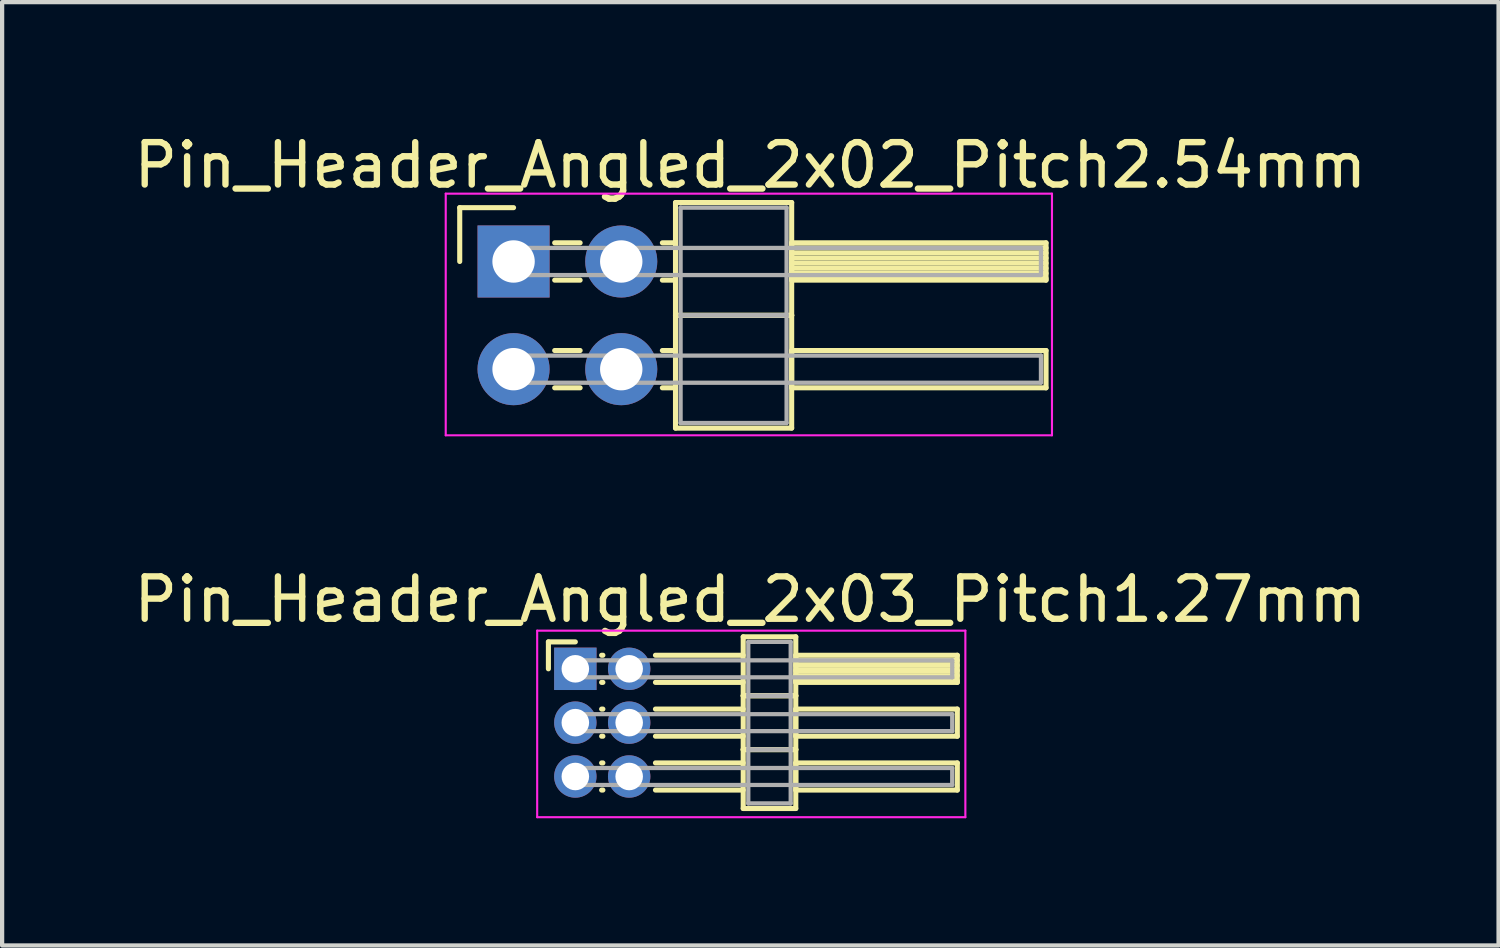
<source format=kicad_pcb>
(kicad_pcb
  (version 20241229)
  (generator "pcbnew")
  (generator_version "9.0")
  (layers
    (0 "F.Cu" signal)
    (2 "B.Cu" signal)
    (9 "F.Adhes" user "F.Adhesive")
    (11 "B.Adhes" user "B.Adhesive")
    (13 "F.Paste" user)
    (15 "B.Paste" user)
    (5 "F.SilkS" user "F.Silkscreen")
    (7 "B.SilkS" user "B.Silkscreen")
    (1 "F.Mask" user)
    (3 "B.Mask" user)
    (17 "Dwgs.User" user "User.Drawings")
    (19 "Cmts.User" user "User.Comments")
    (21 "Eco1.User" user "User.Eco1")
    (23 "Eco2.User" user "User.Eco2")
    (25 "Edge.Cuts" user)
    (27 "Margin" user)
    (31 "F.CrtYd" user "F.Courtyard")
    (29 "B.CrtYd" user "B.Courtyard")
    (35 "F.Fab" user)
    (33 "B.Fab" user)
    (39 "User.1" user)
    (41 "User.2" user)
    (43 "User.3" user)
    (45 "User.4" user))
  (footprint "Pin_Header_Angled_2x03_Pitch1.27mm"
    (layer "F.Cu")
    (at 10.521 12.726)
    (property "Reference" "Pin_Header_Angled_2x03_Pitch1.27mm" (at 4.128 -1.635 0) (layer "F.SilkS") (effects (font (size 1 1) (thickness 0.15))))
    (attr through_hole)
    (fp_line (start -0.635 -0.635) (end 0 -0.635) (stroke (width 0.12) (type solid)) (layer "F.SilkS"))
    (fp_line (start -0.635 0) (end -0.635 -0.635) (stroke (width 0.12) (type solid)) (layer "F.SilkS"))
    (fp_line (start 0.62 -0.32) (end 0.65 -0.32) (stroke (width 0.12) (type solid)) (layer "F.SilkS"))
    (fp_line (start 0.62 0.32) (end 0.65 0.32) (stroke (width 0.12) (type solid)) (layer "F.SilkS"))
    (fp_line (start 0.62 0.95) (end 0.65 0.95) (stroke (width 0.12) (type solid)) (layer "F.SilkS"))
    (fp_line (start 0.62 1.59) (end 0.65 1.59) (stroke (width 0.12) (type solid)) (layer "F.SilkS"))
    (fp_line (start 0.62 2.22) (end 0.65 2.22) (stroke (width 0.12) (type solid)) (layer "F.SilkS"))
    (fp_line (start 0.62 2.86) (end 0.65 2.86) (stroke (width 0.12) (type solid)) (layer "F.SilkS"))
    (fp_line (start 1.89 -0.32) (end 3.96 -0.32) (stroke (width 0.12) (type solid)) (layer "F.SilkS"))
    (fp_line (start 1.89 0.32) (end 3.96 0.32) (stroke (width 0.12) (type solid)) (layer "F.SilkS"))
    (fp_line (start 1.89 0.95) (end 3.96 0.95) (stroke (width 0.12) (type solid)) (layer "F.SilkS"))
    (fp_line (start 1.89 1.59) (end 3.96 1.59) (stroke (width 0.12) (type solid)) (layer "F.SilkS"))
    (fp_line (start 1.89 2.22) (end 3.96 2.22) (stroke (width 0.12) (type solid)) (layer "F.SilkS"))
    (fp_line (start 1.89 2.86) (end 3.96 2.86) (stroke (width 0.12) (type solid)) (layer "F.SilkS"))
    (fp_line (start 3.96 -0.755) (end 3.96 0.635) (stroke (width 0.12) (type solid)) (layer "F.SilkS"))
    (fp_line (start 3.96 0.635) (end 3.96 1.905) (stroke (width 0.12) (type solid)) (layer "F.SilkS"))
    (fp_line (start 3.96 0.635) (end 5.2 0.635) (stroke (width 0.12) (type solid)) (layer "F.SilkS"))
    (fp_line (start 3.96 1.905) (end 3.96 3.295) (stroke (width 0.12) (type solid)) (layer "F.SilkS"))
    (fp_line (start 3.96 1.905) (end 5.2 1.905) (stroke (width 0.12) (type solid)) (layer "F.SilkS"))
    (fp_line (start 3.96 3.295) (end 5.2 3.295) (stroke (width 0.12) (type solid)) (layer "F.SilkS"))
    (fp_line (start 5.2 -0.755) (end 3.96 -0.755) (stroke (width 0.12) (type solid)) (layer "F.SilkS"))
    (fp_line (start 5.2 -0.32) (end 5.2 0.32) (stroke (width 0.12) (type solid)) (layer "F.SilkS"))
    (fp_line (start 5.2 -0.2) (end 9.01 -0.2) (stroke (width 0.12) (type solid)) (layer "F.SilkS"))
    (fp_line (start 5.2 -0.08) (end 9.01 -0.08) (stroke (width 0.12) (type solid)) (layer "F.SilkS"))
    (fp_line (start 5.2 0.04) (end 9.01 0.04) (stroke (width 0.12) (type solid)) (layer "F.SilkS"))
    (fp_line (start 5.2 0.16) (end 9.01 0.16) (stroke (width 0.12) (type solid)) (layer "F.SilkS"))
    (fp_line (start 5.2 0.28) (end 9.01 0.28) (stroke (width 0.12) (type solid)) (layer "F.SilkS"))
    (fp_line (start 5.2 0.32) (end 9.01 0.32) (stroke (width 0.12) (type solid)) (layer "F.SilkS"))
    (fp_line (start 5.2 0.635) (end 3.96 0.635) (stroke (width 0.12) (type solid)) (layer "F.SilkS"))
    (fp_line (start 5.2 0.635) (end 5.2 -0.755) (stroke (width 0.12) (type solid)) (layer "F.SilkS"))
    (fp_line (start 5.2 0.95) (end 5.2 1.59) (stroke (width 0.12) (type solid)) (layer "F.SilkS"))
    (fp_line (start 5.2 1.59) (end 9.01 1.59) (stroke (width 0.12) (type solid)) (layer "F.SilkS"))
    (fp_line (start 5.2 1.905) (end 3.96 1.905) (stroke (width 0.12) (type solid)) (layer "F.SilkS"))
    (fp_line (start 5.2 1.905) (end 5.2 0.635) (stroke (width 0.12) (type solid)) (layer "F.SilkS"))
    (fp_line (start 5.2 2.22) (end 5.2 2.86) (stroke (width 0.12) (type solid)) (layer "F.SilkS"))
    (fp_line (start 5.2 2.86) (end 9.01 2.86) (stroke (width 0.12) (type solid)) (layer "F.SilkS"))
    (fp_line (start 5.2 3.295) (end 5.2 1.905) (stroke (width 0.12) (type solid)) (layer "F.SilkS"))
    (fp_line (start 9.01 -0.32) (end 5.2 -0.32) (stroke (width 0.12) (type solid)) (layer "F.SilkS"))
    (fp_line (start 9.01 0.32) (end 9.01 -0.32) (stroke (width 0.12) (type solid)) (layer "F.SilkS"))
    (fp_line (start 9.01 0.95) (end 5.2 0.95) (stroke (width 0.12) (type solid)) (layer "F.SilkS"))
    (fp_line (start 9.01 1.59) (end 9.01 0.95) (stroke (width 0.12) (type solid)) (layer "F.SilkS"))
    (fp_line (start 9.01 2.22) (end 5.2 2.22) (stroke (width 0.12) (type solid)) (layer "F.SilkS"))
    (fp_line (start 9.01 2.86) (end 9.01 2.22) (stroke (width 0.12) (type solid)) (layer "F.SilkS"))
    (fp_line (start -0.9 -0.9) (end -0.9 3.5) (stroke (width 0.05) (type solid)) (layer "F.CrtYd"))
    (fp_line (start -0.9 3.5) (end 9.2 3.5) (stroke (width 0.05) (type solid)) (layer "F.CrtYd"))
    (fp_line (start 9.2 -0.9) (end -0.9 -0.9) (stroke (width 0.05) (type solid)) (layer "F.CrtYd"))
    (fp_line (start 9.2 3.5) (end 9.2 -0.9) (stroke (width 0.05) (type solid)) (layer "F.CrtYd"))
    (fp_line (start 0 -0.2) (end 0 0.2) (stroke (width 0.1) (type solid)) (layer "F.Fab"))
    (fp_line (start 0 0.2) (end 8.89 0.2) (stroke (width 0.1) (type solid)) (layer "F.Fab"))
    (fp_line (start 0 1.07) (end 0 1.47) (stroke (width 0.1) (type solid)) (layer "F.Fab"))
    (fp_line (start 0 1.47) (end 8.89 1.47) (stroke (width 0.1) (type solid)) (layer "F.Fab"))
    (fp_line (start 0 2.34) (end 0 2.74) (stroke (width 0.1) (type solid)) (layer "F.Fab"))
    (fp_line (start 0 2.74) (end 8.89 2.74) (stroke (width 0.1) (type solid)) (layer "F.Fab"))
    (fp_line (start 4.08 -0.635) (end 4.08 0.635) (stroke (width 0.1) (type solid)) (layer "F.Fab"))
    (fp_line (start 4.08 0.635) (end 4.08 1.905) (stroke (width 0.1) (type solid)) (layer "F.Fab"))
    (fp_line (start 4.08 0.635) (end 5.08 0.635) (stroke (width 0.1) (type solid)) (layer "F.Fab"))
    (fp_line (start 4.08 1.905) (end 4.08 3.175) (stroke (width 0.1) (type solid)) (layer "F.Fab"))
    (fp_line (start 4.08 1.905) (end 5.08 1.905) (stroke (width 0.1) (type solid)) (layer "F.Fab"))
    (fp_line (start 4.08 3.175) (end 5.08 3.175) (stroke (width 0.1) (type solid)) (layer "F.Fab"))
    (fp_line (start 5.08 -0.635) (end 4.08 -0.635) (stroke (width 0.1) (type solid)) (layer "F.Fab"))
    (fp_line (start 5.08 0.635) (end 4.08 0.635) (stroke (width 0.1) (type solid)) (layer "F.Fab"))
    (fp_line (start 5.08 0.635) (end 5.08 -0.635) (stroke (width 0.1) (type solid)) (layer "F.Fab"))
    (fp_line (start 5.08 1.905) (end 4.08 1.905) (stroke (width 0.1) (type solid)) (layer "F.Fab"))
    (fp_line (start 5.08 1.905) (end 5.08 0.635) (stroke (width 0.1) (type solid)) (layer "F.Fab"))
    (fp_line (start 5.08 3.175) (end 5.08 1.905) (stroke (width 0.1) (type solid)) (layer "F.Fab"))
    (fp_line (start 8.89 -0.2) (end 0 -0.2) (stroke (width 0.1) (type solid)) (layer "F.Fab"))
    (fp_line (start 8.89 0.2) (end 8.89 -0.2) (stroke (width 0.1) (type solid)) (layer "F.Fab"))
    (fp_line (start 8.89 1.07) (end 0 1.07) (stroke (width 0.1) (type solid)) (layer "F.Fab"))
    (fp_line (start 8.89 1.47) (end 8.89 1.07) (stroke (width 0.1) (type solid)) (layer "F.Fab"))
    (fp_line (start 8.89 2.34) (end 0 2.34) (stroke (width 0.1) (type solid)) (layer "F.Fab"))
    (fp_line (start 8.89 2.74) (end 8.89 2.34) (stroke (width 0.1) (type solid)) (layer "F.Fab"))
    (pad "1" thru_hole rect (at 0 0) (size 1 1) (drill 0.65) (layers "*.Cu" "*.Mask"))
    (pad "2" thru_hole oval (at 1.27 0) (size 1 1) (drill 0.65) (layers "*.Cu" "*.Mask"))
    (pad "3" thru_hole oval (at 0 1.27) (size 1 1) (drill 0.65) (layers "*.Cu" "*.Mask"))
    (pad "4" thru_hole oval (at 1.27 1.27) (size 1 1) (drill 0.65) (layers "*.Cu" "*.Mask"))
    (pad "5" thru_hole oval (at 0 2.54) (size 1 1) (drill 0.65) (layers "*.Cu" "*.Mask"))
    (pad "6" thru_hole oval (at 1.27 2.54) (size 1 1) (drill 0.65) (layers "*.Cu" "*.Mask")))
  (footprint "Pin_Header_Angled_2x02_Pitch2.54mm"
    (layer "F.Cu")
    (at 9.064 3.118)
    (property "Reference" "Pin_Header_Angled_2x02_Pitch2.54mm" (at 5.585 -2.27 0) (layer "F.SilkS") (effects (font (size 1 1) (thickness 0.15))))
    (attr through_hole)
    (fp_line (start -1.27 -1.27) (end 0 -1.27) (stroke (width 0.12) (type solid)) (layer "F.SilkS"))
    (fp_line (start -1.27 0) (end -1.27 -1.27) (stroke (width 0.12) (type solid)) (layer "F.SilkS"))
    (fp_line (start 0.97 -0.44) (end 1.57 -0.44) (stroke (width 0.12) (type solid)) (layer "F.SilkS"))
    (fp_line (start 0.97 0.44) (end 1.57 0.44) (stroke (width 0.12) (type solid)) (layer "F.SilkS"))
    (fp_line (start 0.97 2.1) (end 1.57 2.1) (stroke (width 0.12) (type solid)) (layer "F.SilkS"))
    (fp_line (start 0.97 2.98) (end 1.57 2.98) (stroke (width 0.12) (type solid)) (layer "F.SilkS"))
    (fp_line (start 3.51 -0.44) (end 3.82 -0.44) (stroke (width 0.12) (type solid)) (layer "F.SilkS"))
    (fp_line (start 3.51 0.44) (end 3.82 0.44) (stroke (width 0.12) (type solid)) (layer "F.SilkS"))
    (fp_line (start 3.51 2.1) (end 3.82 2.1) (stroke (width 0.12) (type solid)) (layer "F.SilkS"))
    (fp_line (start 3.51 2.98) (end 3.82 2.98) (stroke (width 0.12) (type solid)) (layer "F.SilkS"))
    (fp_line (start 3.82 -1.39) (end 3.82 1.27) (stroke (width 0.12) (type solid)) (layer "F.SilkS"))
    (fp_line (start 3.82 1.27) (end 3.82 3.93) (stroke (width 0.12) (type solid)) (layer "F.SilkS"))
    (fp_line (start 3.82 1.27) (end 6.56 1.27) (stroke (width 0.12) (type solid)) (layer "F.SilkS"))
    (fp_line (start 3.82 3.93) (end 6.56 3.93) (stroke (width 0.12) (type solid)) (layer "F.SilkS"))
    (fp_line (start 6.56 -1.39) (end 3.82 -1.39) (stroke (width 0.12) (type solid)) (layer "F.SilkS"))
    (fp_line (start 6.56 -0.44) (end 6.56 0.44) (stroke (width 0.12) (type solid)) (layer "F.SilkS"))
    (fp_line (start 6.56 -0.32) (end 12.56 -0.32) (stroke (width 0.12) (type solid)) (layer "F.SilkS"))
    (fp_line (start 6.56 -0.2) (end 12.56 -0.2) (stroke (width 0.12) (type solid)) (layer "F.SilkS"))
    (fp_line (start 6.56 -0.08) (end 12.56 -0.08) (stroke (width 0.12) (type solid)) (layer "F.SilkS"))
    (fp_line (start 6.56 0.04) (end 12.56 0.04) (stroke (width 0.12) (type solid)) (layer "F.SilkS"))
    (fp_line (start 6.56 0.16) (end 12.56 0.16) (stroke (width 0.12) (type solid)) (layer "F.SilkS"))
    (fp_line (start 6.56 0.28) (end 12.56 0.28) (stroke (width 0.12) (type solid)) (layer "F.SilkS"))
    (fp_line (start 6.56 0.4) (end 12.56 0.4) (stroke (width 0.12) (type solid)) (layer "F.SilkS"))
    (fp_line (start 6.56 0.44) (end 12.56 0.44) (stroke (width 0.12) (type solid)) (layer "F.SilkS"))
    (fp_line (start 6.56 1.27) (end 3.82 1.27) (stroke (width 0.12) (type solid)) (layer "F.SilkS"))
    (fp_line (start 6.56 1.27) (end 6.56 -1.39) (stroke (width 0.12) (type solid)) (layer "F.SilkS"))
    (fp_line (start 6.56 2.1) (end 6.56 2.98) (stroke (width 0.12) (type solid)) (layer "F.SilkS"))
    (fp_line (start 6.56 2.98) (end 12.56 2.98) (stroke (width 0.12) (type solid)) (layer "F.SilkS"))
    (fp_line (start 6.56 3.93) (end 6.56 1.27) (stroke (width 0.12) (type solid)) (layer "F.SilkS"))
    (fp_line (start 12.56 -0.44) (end 6.56 -0.44) (stroke (width 0.12) (type solid)) (layer "F.SilkS"))
    (fp_line (start 12.56 0.44) (end 12.56 -0.44) (stroke (width 0.12) (type solid)) (layer "F.SilkS"))
    (fp_line (start 12.56 2.1) (end 6.56 2.1) (stroke (width 0.12) (type solid)) (layer "F.SilkS"))
    (fp_line (start 12.56 2.98) (end 12.56 2.1) (stroke (width 0.12) (type solid)) (layer "F.SilkS"))
    (fp_line (start -1.6 -1.6) (end -1.6 4.1) (stroke (width 0.05) (type solid)) (layer "F.CrtYd"))
    (fp_line (start -1.6 4.1) (end 12.7 4.1) (stroke (width 0.05) (type solid)) (layer "F.CrtYd"))
    (fp_line (start 12.7 -1.6) (end -1.6 -1.6) (stroke (width 0.05) (type solid)) (layer "F.CrtYd"))
    (fp_line (start 12.7 4.1) (end 12.7 -1.6) (stroke (width 0.05) (type solid)) (layer "F.CrtYd"))
    (fp_line (start 0 -0.32) (end 0 0.32) (stroke (width 0.1) (type solid)) (layer "F.Fab"))
    (fp_line (start 0 0.32) (end 12.44 0.32) (stroke (width 0.1) (type solid)) (layer "F.Fab"))
    (fp_line (start 0 2.22) (end 0 2.86) (stroke (width 0.1) (type solid)) (layer "F.Fab"))
    (fp_line (start 0 2.86) (end 12.44 2.86) (stroke (width 0.1) (type solid)) (layer "F.Fab"))
    (fp_line (start 3.94 -1.27) (end 3.94 1.27) (stroke (width 0.1) (type solid)) (layer "F.Fab"))
    (fp_line (start 3.94 1.27) (end 3.94 3.81) (stroke (width 0.1) (type solid)) (layer "F.Fab"))
    (fp_line (start 3.94 1.27) (end 6.44 1.27) (stroke (width 0.1) (type solid)) (layer "F.Fab"))
    (fp_line (start 3.94 3.81) (end 6.44 3.81) (stroke (width 0.1) (type solid)) (layer "F.Fab"))
    (fp_line (start 6.44 -1.27) (end 3.94 -1.27) (stroke (width 0.1) (type solid)) (layer "F.Fab"))
    (fp_line (start 6.44 1.27) (end 3.94 1.27) (stroke (width 0.1) (type solid)) (layer "F.Fab"))
    (fp_line (start 6.44 1.27) (end 6.44 -1.27) (stroke (width 0.1) (type solid)) (layer "F.Fab"))
    (fp_line (start 6.44 3.81) (end 6.44 1.27) (stroke (width 0.1) (type solid)) (layer "F.Fab"))
    (fp_line (start 12.44 -0.32) (end 0 -0.32) (stroke (width 0.1) (type solid)) (layer "F.Fab"))
    (fp_line (start 12.44 0.32) (end 12.44 -0.32) (stroke (width 0.1) (type solid)) (layer "F.Fab"))
    (fp_line (start 12.44 2.22) (end 0 2.22) (stroke (width 0.1) (type solid)) (layer "F.Fab"))
    (fp_line (start 12.44 2.86) (end 12.44 2.22) (stroke (width 0.1) (type solid)) (layer "F.Fab"))
    (pad "1" thru_hole rect (at 0 0) (size 1.7 1.7) (drill 1) (layers "*.Cu" "*.Mask"))
    (pad "2" thru_hole oval (at 2.54 0) (size 1.7 1.7) (drill 1) (layers "*.Cu" "*.Mask"))
    (pad "3" thru_hole oval (at 0 2.54) (size 1.7 1.7) (drill 1) (layers "*.Cu" "*.Mask"))
    (pad "4" thru_hole oval (at 2.54 2.54) (size 1.7 1.7) (drill 1) (layers "*.Cu" "*.Mask")))
  (gr_rect
    (start -3 -3)
    (end 32.298 19.252)
    (stroke (width 0.1) (type default))
    (fill no)
    (layer "Edge.Cuts")))
</source>
